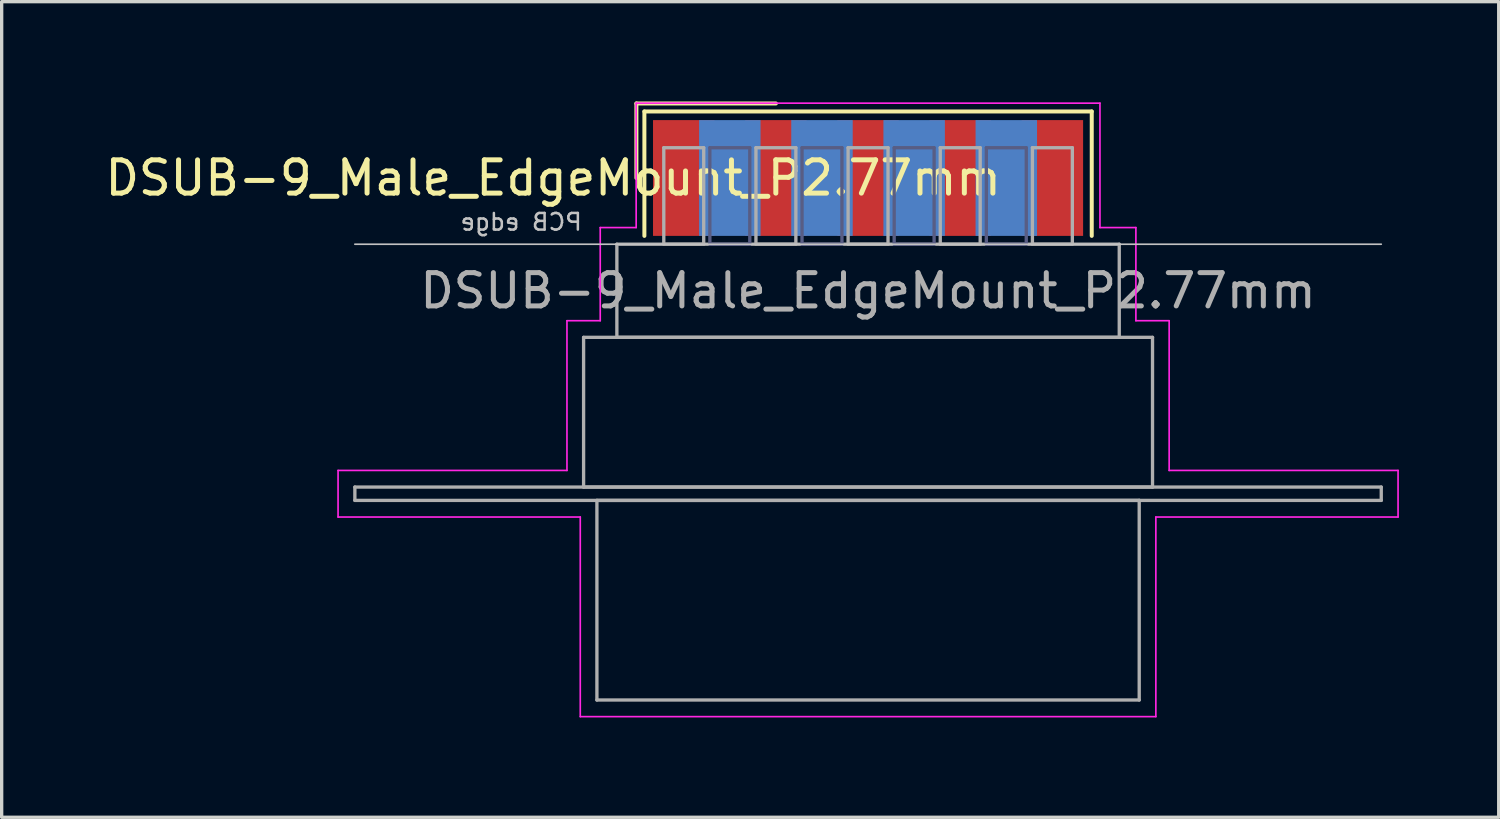
<source format=kicad_pcb>
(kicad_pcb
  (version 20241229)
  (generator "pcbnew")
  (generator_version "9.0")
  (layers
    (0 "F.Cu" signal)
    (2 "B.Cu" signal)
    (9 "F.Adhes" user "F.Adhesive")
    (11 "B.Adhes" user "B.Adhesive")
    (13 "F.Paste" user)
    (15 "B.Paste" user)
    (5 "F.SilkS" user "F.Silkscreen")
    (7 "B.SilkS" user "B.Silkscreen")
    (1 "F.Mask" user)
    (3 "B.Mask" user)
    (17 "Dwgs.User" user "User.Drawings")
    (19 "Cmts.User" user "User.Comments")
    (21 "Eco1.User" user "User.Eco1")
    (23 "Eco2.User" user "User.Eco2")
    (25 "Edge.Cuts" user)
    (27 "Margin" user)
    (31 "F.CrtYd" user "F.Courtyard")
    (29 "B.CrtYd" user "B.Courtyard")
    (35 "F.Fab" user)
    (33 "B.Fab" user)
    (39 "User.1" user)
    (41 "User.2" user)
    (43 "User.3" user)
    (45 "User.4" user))
  (footprint "DSUB-9_Male_EdgeMount_P2.77mm"
    (layer "F.Cu")
    (at 23.041 2.3)
    (property "Reference" "DSUB-9_Male_EdgeMount_P2.77mm" (at -9.463 0 0) (layer "F.SilkS") (effects (font (size 1 1) (thickness 0.15))))
    (attr smd)
    (fp_line (start -6.963 -2.24) (end -2.77 -2.24) (stroke (width 0.12) (type solid)) (layer "F.SilkS"))
    (fp_line (start -6.963 0) (end -6.963 -2.24) (stroke (width 0.12) (type solid)) (layer "F.SilkS"))
    (fp_line (start -6.723 -2) (end -6.723 1.74) (stroke (width 0.12) (type solid)) (layer "F.SilkS"))
    (fp_line (start 6.723 -2) (end -6.723 -2) (stroke (width 0.12) (type solid)) (layer "F.SilkS"))
    (fp_line (start 6.723 1.74) (end 6.723 -2) (stroke (width 0.12) (type solid)) (layer "F.SilkS"))
    (fp_line (start -15.425 1.99) (end 15.425 1.99) (stroke (width 0.05) (type solid)) (layer "Dwgs.User"))
    (fp_line (start -15.93 8.79) (end -9.05 8.79) (stroke (width 0.05) (type solid)) (layer "F.CrtYd"))
    (fp_line (start -15.93 10.19) (end -15.93 8.79) (stroke (width 0.05) (type solid)) (layer "F.CrtYd"))
    (fp_line (start -9.05 4.29) (end -8.05 4.29) (stroke (width 0.05) (type solid)) (layer "F.CrtYd"))
    (fp_line (start -9.05 8.79) (end -9.05 4.29) (stroke (width 0.05) (type solid)) (layer "F.CrtYd"))
    (fp_line (start -8.65 10.19) (end -15.93 10.19) (stroke (width 0.05) (type solid)) (layer "F.CrtYd"))
    (fp_line (start -8.65 16.19) (end -8.65 10.19) (stroke (width 0.05) (type solid)) (layer "F.CrtYd"))
    (fp_line (start -8.05 1.49) (end -6.97 1.49) (stroke (width 0.05) (type solid)) (layer "F.CrtYd"))
    (fp_line (start -8.05 4.29) (end -8.05 1.49) (stroke (width 0.05) (type solid)) (layer "F.CrtYd"))
    (fp_line (start -6.97 -2.25) (end 6.97 -2.25) (stroke (width 0.05) (type solid)) (layer "F.CrtYd"))
    (fp_line (start -6.97 1.49) (end -6.97 -2.25) (stroke (width 0.05) (type solid)) (layer "F.CrtYd"))
    (fp_line (start 6.97 -2.25) (end 6.97 1.49) (stroke (width 0.05) (type solid)) (layer "F.CrtYd"))
    (fp_line (start 6.97 1.49) (end 8.05 1.49) (stroke (width 0.05) (type solid)) (layer "F.CrtYd"))
    (fp_line (start 8.05 1.49) (end 8.05 4.29) (stroke (width 0.05) (type solid)) (layer "F.CrtYd"))
    (fp_line (start 8.05 4.29) (end 9.05 4.29) (stroke (width 0.05) (type solid)) (layer "F.CrtYd"))
    (fp_line (start 8.65 10.19) (end 8.65 16.19) (stroke (width 0.05) (type solid)) (layer "F.CrtYd"))
    (fp_line (start 8.65 16.19) (end -8.65 16.19) (stroke (width 0.05) (type solid)) (layer "F.CrtYd"))
    (fp_line (start 9.05 4.29) (end 9.05 8.79) (stroke (width 0.05) (type solid)) (layer "F.CrtYd"))
    (fp_line (start 9.05 8.79) (end 15.93 8.79) (stroke (width 0.05) (type solid)) (layer "F.CrtYd"))
    (fp_line (start 15.93 8.79) (end 15.93 10.19) (stroke (width 0.05) (type solid)) (layer "F.CrtYd"))
    (fp_line (start 15.93 10.19) (end 8.65 10.19) (stroke (width 0.05) (type solid)) (layer "F.CrtYd"))
    (fp_line (start -4.755 -0.91) (end -4.755 1.99) (stroke (width 0.1) (type solid)) (layer "B.Fab"))
    (fp_line (start -4.755 1.99) (end -3.555 1.99) (stroke (width 0.1) (type solid)) (layer "B.Fab"))
    (fp_line (start -3.555 -0.91) (end -4.755 -0.91) (stroke (width 0.1) (type solid)) (layer "B.Fab"))
    (fp_line (start -3.555 1.99) (end -3.555 -0.91) (stroke (width 0.1) (type solid)) (layer "B.Fab"))
    (fp_line (start -1.985 -0.91) (end -1.985 1.99) (stroke (width 0.1) (type solid)) (layer "B.Fab"))
    (fp_line (start -1.985 1.99) (end -0.785 1.99) (stroke (width 0.1) (type solid)) (layer "B.Fab"))
    (fp_line (start -0.785 -0.91) (end -1.985 -0.91) (stroke (width 0.1) (type solid)) (layer "B.Fab"))
    (fp_line (start -0.785 1.99) (end -0.785 -0.91) (stroke (width 0.1) (type solid)) (layer "B.Fab"))
    (fp_line (start 0.785 -0.91) (end 0.785 1.99) (stroke (width 0.1) (type solid)) (layer "B.Fab"))
    (fp_line (start 0.785 1.99) (end 1.985 1.99) (stroke (width 0.1) (type solid)) (layer "B.Fab"))
    (fp_line (start 1.985 -0.91) (end 0.785 -0.91) (stroke (width 0.1) (type solid)) (layer "B.Fab"))
    (fp_line (start 1.985 1.99) (end 1.985 -0.91) (stroke (width 0.1) (type solid)) (layer "B.Fab"))
    (fp_line (start 3.555 -0.91) (end 3.555 1.99) (stroke (width 0.1) (type solid)) (layer "B.Fab"))
    (fp_line (start 3.555 1.99) (end 4.755 1.99) (stroke (width 0.1) (type solid)) (layer "B.Fab"))
    (fp_line (start 4.755 -0.91) (end 3.555 -0.91) (stroke (width 0.1) (type solid)) (layer "B.Fab"))
    (fp_line (start 4.755 1.99) (end 4.755 -0.91) (stroke (width 0.1) (type solid)) (layer "B.Fab"))
    (fp_line (start -15.425 9.29) (end -15.425 9.69) (stroke (width 0.1) (type solid)) (layer "F.Fab"))
    (fp_line (start -15.425 9.69) (end 15.425 9.69) (stroke (width 0.1) (type solid)) (layer "F.Fab"))
    (fp_line (start -8.55 4.79) (end -8.55 9.29) (stroke (width 0.1) (type solid)) (layer "F.Fab"))
    (fp_line (start -8.55 9.29) (end 8.55 9.29) (stroke (width 0.1) (type solid)) (layer "F.Fab"))
    (fp_line (start -8.15 9.69) (end -8.15 15.69) (stroke (width 0.1) (type solid)) (layer "F.Fab"))
    (fp_line (start -8.15 15.69) (end 8.15 15.69) (stroke (width 0.1) (type solid)) (layer "F.Fab"))
    (fp_line (start -7.55 1.99) (end -7.55 4.79) (stroke (width 0.1) (type solid)) (layer "F.Fab"))
    (fp_line (start -7.55 4.79) (end 7.55 4.79) (stroke (width 0.1) (type solid)) (layer "F.Fab"))
    (fp_line (start -6.14 -0.91) (end -6.14 1.99) (stroke (width 0.1) (type solid)) (layer "F.Fab"))
    (fp_line (start -6.14 1.99) (end -4.94 1.99) (stroke (width 0.1) (type solid)) (layer "F.Fab"))
    (fp_line (start -4.94 -0.91) (end -6.14 -0.91) (stroke (width 0.1) (type solid)) (layer "F.Fab"))
    (fp_line (start -4.94 1.99) (end -4.94 -0.91) (stroke (width 0.1) (type solid)) (layer "F.Fab"))
    (fp_line (start -3.37 -0.91) (end -3.37 1.99) (stroke (width 0.1) (type solid)) (layer "F.Fab"))
    (fp_line (start -3.37 1.99) (end -2.17 1.99) (stroke (width 0.1) (type solid)) (layer "F.Fab"))
    (fp_line (start -2.17 -0.91) (end -3.37 -0.91) (stroke (width 0.1) (type solid)) (layer "F.Fab"))
    (fp_line (start -2.17 1.99) (end -2.17 -0.91) (stroke (width 0.1) (type solid)) (layer "F.Fab"))
    (fp_line (start -0.6 -0.91) (end -0.6 1.99) (stroke (width 0.1) (type solid)) (layer "F.Fab"))
    (fp_line (start -0.6 1.99) (end 0.6 1.99) (stroke (width 0.1) (type solid)) (layer "F.Fab"))
    (fp_line (start 0.6 -0.91) (end -0.6 -0.91) (stroke (width 0.1) (type solid)) (layer "F.Fab"))
    (fp_line (start 0.6 1.99) (end 0.6 -0.91) (stroke (width 0.1) (type solid)) (layer "F.Fab"))
    (fp_line (start 2.17 -0.91) (end 2.17 1.99) (stroke (width 0.1) (type solid)) (layer "F.Fab"))
    (fp_line (start 2.17 1.99) (end 3.37 1.99) (stroke (width 0.1) (type solid)) (layer "F.Fab"))
    (fp_line (start 3.37 -0.91) (end 2.17 -0.91) (stroke (width 0.1) (type solid)) (layer "F.Fab"))
    (fp_line (start 3.37 1.99) (end 3.37 -0.91) (stroke (width 0.1) (type solid)) (layer "F.Fab"))
    (fp_line (start 4.94 -0.91) (end 4.94 1.99) (stroke (width 0.1) (type solid)) (layer "F.Fab"))
    (fp_line (start 4.94 1.99) (end 6.14 1.99) (stroke (width 0.1) (type solid)) (layer "F.Fab"))
    (fp_line (start 6.14 -0.91) (end 4.94 -0.91) (stroke (width 0.1) (type solid)) (layer "F.Fab"))
    (fp_line (start 6.14 1.99) (end 6.14 -0.91) (stroke (width 0.1) (type solid)) (layer "F.Fab"))
    (fp_line (start 7.55 1.99) (end -7.55 1.99) (stroke (width 0.1) (type solid)) (layer "F.Fab"))
    (fp_line (start 7.55 4.79) (end 7.55 1.99) (stroke (width 0.1) (type solid)) (layer "F.Fab"))
    (fp_line (start 8.15 9.69) (end -8.15 9.69) (stroke (width 0.1) (type solid)) (layer "F.Fab"))
    (fp_line (start 8.15 15.69) (end 8.15 9.69) (stroke (width 0.1) (type solid)) (layer "F.Fab"))
    (fp_line (start 8.55 4.79) (end -8.55 4.79) (stroke (width 0.1) (type solid)) (layer "F.Fab"))
    (fp_line (start 8.55 9.29) (end 8.55 4.79) (stroke (width 0.1) (type solid)) (layer "F.Fab"))
    (fp_line (start 15.425 9.29) (end -15.425 9.29) (stroke (width 0.1) (type solid)) (layer "F.Fab"))
    (fp_line (start 15.425 9.69) (end 15.425 9.29) (stroke (width 0.1) (type solid)) (layer "F.Fab"))
    (fp_text user "PCB edge" (at -10.425 1.323 0) (layer "Dwgs.User") (effects (font (size 0.5 0.5) (thickness 0.075)) (justify mirror)))
    (fp_text user "${REFERENCE}" (at 0 3.39 0) (layer "F.Fab") (effects (font (size 1 1) (thickness 0.15))))
    (pad "1" smd rect (at -5.54 0 180) (size 1.847 3.48) (layers "F.Cu" "F.Mask" "F.Paste"))
    (pad "2" smd rect (at -2.77 0 180) (size 1.847 3.48) (layers "F.Cu" "F.Mask" "F.Paste"))
    (pad "3" smd rect (at 0 0 180) (size 1.847 3.48) (layers "F.Cu" "F.Mask" "F.Paste"))
    (pad "4" smd rect (at 2.77 0 180) (size 1.847 3.48) (layers "F.Cu" "F.Mask" "F.Paste"))
    (pad "5" smd rect (at 5.54 0 180) (size 1.847 3.48) (layers "F.Cu" "F.Mask" "F.Paste"))
    (pad "6" smd rect (at -4.155 0 180) (size 1.847 3.48) (layers "B.Cu" "B.Mask" "B.Paste"))
    (pad "7" smd rect (at -1.385 0 180) (size 1.847 3.48) (layers "B.Cu" "B.Mask" "B.Paste"))
    (pad "8" smd rect (at 1.385 0 180) (size 1.847 3.48) (layers "B.Cu" "B.Mask" "B.Paste"))
    (pad "9" smd rect (at 4.155 0 180) (size 1.847 3.48) (layers "B.Cu" "B.Mask" "B.Paste")))
  (gr_rect
    (start -3 -3)
    (end 41.996 21.515)
    (stroke (width 0.1) (type default))
    (fill no)
    (layer "Edge.Cuts")))
</source>
